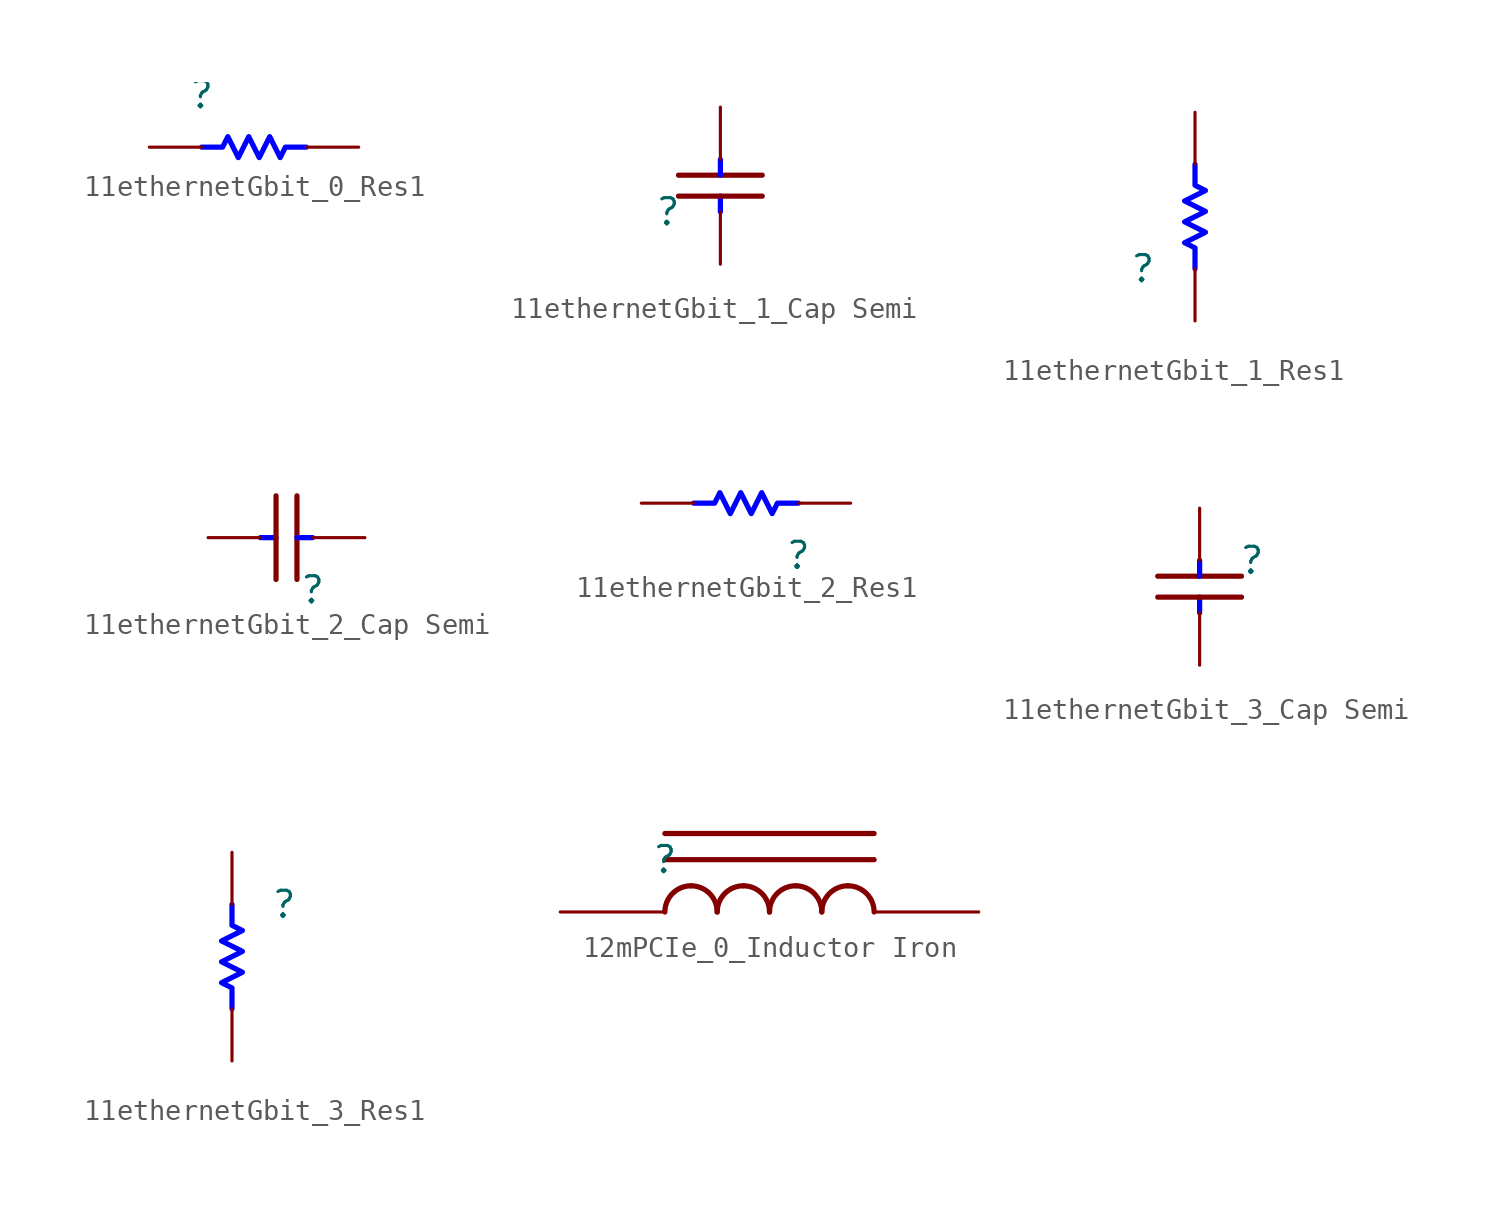
<source format=kicad_sym>
(kicad_symbol_lib
  (version 20220914)
  (generator kicad_symbol_editor)
  (symbol "11ethernetGbit_0_Res1"
    (property "Reference" ""
      (at 0 0 0)
      (effects (font (size 1.27 1.27))))
    (property "Value" ""
      (at 0 0 0)
      (effects (font (size 1.27 1.27))))
    (symbol "11ethernetGbit_0_Res1_1_0"
      (polyline (pts (xy 5.08 -2.54) (xy 4.064 -2.54) (xy 3.81 -3.048) (xy 3.302 -2.032) (xy 2.794 -3.048) (xy 2.286 -2.032) (xy 1.778 -3.048) (xy 1.27 -2.032) (xy 1.016 -2.54) (xy 0 -2.54)) (stroke (width 0.254) (type solid) (color 0 0 255 1)) (fill (type none)))
      (pin passive line (at -2.54 -2.54 0) (length 2.54) (name "1" (effects (font (size 0 0)))) (number "1" (effects (font (size 0 0)))))
      (pin passive line (at 7.62 -2.54 180) (length 2.54) (name "2" (effects (font (size 0 0)))) (number "2" (effects (font (size 0 0)))))))
  (symbol "11ethernetGbit_1_Cap Semi"
    (property "Reference" ""
      (at 0 0 0)
      (effects (font (size 1.27 1.27))))
    (property "Value" ""
      (at 0 0 0)
      (effects (font (size 1.27 1.27))))
    (symbol "11ethernetGbit_1_Cap Semi_1_0"
      (polyline (pts (xy 0.508 1.778) (xy 4.572 1.778)) (stroke (width 0.254) (type solid)) (fill (type none)))
      (polyline (pts (xy 2.54 0) (xy 2.54 0.762)) (stroke (width 0.254) (type solid) (color 0 0 255 1)) (fill (type none)))
      (polyline (pts (xy 2.54 2.54) (xy 2.54 1.778)) (stroke (width 0.254) (type solid) (color 0 0 255 1)) (fill (type none)))
      (polyline (pts (xy 4.572 0.762) (xy 0.508 0.762)) (stroke (width 0.254) (type solid)) (fill (type none)))
      (pin passive line (at 2.54 -2.54 90) (length 2.54) (name "1" (effects (font (size 0 0)))) (number "1" (effects (font (size 0 0)))))
      (pin passive line (at 2.54 5.08 270) (length 2.54) (name "2" (effects (font (size 0 0)))) (number "2" (effects (font (size 0 0)))))))
  (symbol "11ethernetGbit_1_Res1"
    (property "Reference" ""
      (at 0 0 0)
      (effects (font (size 1.27 1.27))))
    (property "Value" ""
      (at 0 0 0)
      (effects (font (size 1.27 1.27))))
    (symbol "11ethernetGbit_1_Res1_1_0"
      (polyline (pts (xy 2.54 5.08) (xy 2.54 4.064) (xy 3.048 3.81) (xy 2.032 3.302) (xy 3.048 2.794) (xy 2.032 2.286) (xy 3.048 1.778) (xy 2.032 1.27) (xy 2.54 1.016) (xy 2.54 0)) (stroke (width 0.254) (type solid) (color 0 0 255 1)) (fill (type none)))
      (pin passive line (at 2.54 -2.54 90) (length 2.54) (name "1" (effects (font (size 0 0)))) (number "1" (effects (font (size 0 0)))))
      (pin passive line (at 2.54 7.62 270) (length 2.54) (name "2" (effects (font (size 0 0)))) (number "2" (effects (font (size 0 0)))))))
  (symbol "11ethernetGbit_2_Cap Semi"
    (property "Reference" ""
      (at 0 0 0)
      (effects (font (size 1.27 1.27))))
    (property "Value" ""
      (at 0 0 0)
      (effects (font (size 1.27 1.27))))
    (symbol "11ethernetGbit_2_Cap Semi_1_0"
      (polyline (pts (xy -2.54 2.54) (xy -1.778 2.54)) (stroke (width 0.254) (type solid) (color 0 0 255 1)) (fill (type none)))
      (polyline (pts (xy -1.778 0.508) (xy -1.778 4.572)) (stroke (width 0.254) (type solid)) (fill (type none)))
      (polyline (pts (xy -0.762 4.572) (xy -0.762 0.508)) (stroke (width 0.254) (type solid)) (fill (type none)))
      (polyline (pts (xy 0 2.54) (xy -0.762 2.54)) (stroke (width 0.254) (type solid) (color 0 0 255 1)) (fill (type none)))
      (pin passive line (at 2.54 2.54 180) (length 2.54) (name "1" (effects (font (size 0 0)))) (number "1" (effects (font (size 0 0)))))
      (pin passive line (at -5.08 2.54 0) (length 2.54) (name "2" (effects (font (size 0 0)))) (number "2" (effects (font (size 0 0)))))))
  (symbol "11ethernetGbit_2_Res1"
    (property "Reference" ""
      (at 0 0 0)
      (effects (font (size 1.27 1.27))))
    (property "Value" ""
      (at 0 0 0)
      (effects (font (size 1.27 1.27))))
    (symbol "11ethernetGbit_2_Res1_1_0"
      (polyline (pts (xy -5.08 2.54) (xy -4.064 2.54) (xy -3.81 3.048) (xy -3.302 2.032) (xy -2.794 3.048) (xy -2.286 2.032) (xy -1.778 3.048) (xy -1.27 2.032) (xy -1.016 2.54) (xy 0 2.54)) (stroke (width 0.254) (type solid) (color 0 0 255 1)) (fill (type none)))
      (pin passive line (at 2.54 2.54 180) (length 2.54) (name "1" (effects (font (size 0 0)))) (number "1" (effects (font (size 0 0)))))
      (pin passive line (at -7.62 2.54 0) (length 2.54) (name "2" (effects (font (size 0 0)))) (number "2" (effects (font (size 0 0)))))))
  (symbol "11ethernetGbit_3_Cap Semi"
    (property "Reference" ""
      (at 0 0 0)
      (effects (font (size 1.27 1.27))))
    (property "Value" ""
      (at 0 0 0)
      (effects (font (size 1.27 1.27))))
    (symbol "11ethernetGbit_3_Cap Semi_1_0"
      (polyline (pts (xy -4.572 -0.762) (xy -0.508 -0.762)) (stroke (width 0.254) (type solid)) (fill (type none)))
      (polyline (pts (xy -2.54 -2.54) (xy -2.54 -1.778)) (stroke (width 0.254) (type solid) (color 0 0 255 1)) (fill (type none)))
      (polyline (pts (xy -2.54 0) (xy -2.54 -0.762)) (stroke (width 0.254) (type solid) (color 0 0 255 1)) (fill (type none)))
      (polyline (pts (xy -0.508 -1.778) (xy -4.572 -1.778)) (stroke (width 0.254) (type solid)) (fill (type none)))
      (pin passive line (at -2.54 2.54 270) (length 2.54) (name "1" (effects (font (size 0 0)))) (number "1" (effects (font (size 0 0)))))
      (pin passive line (at -2.54 -5.08 90) (length 2.54) (name "2" (effects (font (size 0 0)))) (number "2" (effects (font (size 0 0)))))))
  (symbol "11ethernetGbit_3_Res1"
    (property "Reference" ""
      (at 0 0 0)
      (effects (font (size 1.27 1.27))))
    (property "Value" ""
      (at 0 0 0)
      (effects (font (size 1.27 1.27))))
    (symbol "11ethernetGbit_3_Res1_1_0"
      (polyline (pts (xy -2.54 -5.08) (xy -2.54 -4.064) (xy -3.048 -3.81) (xy -2.032 -3.302) (xy -3.048 -2.794) (xy -2.032 -2.286) (xy -3.048 -1.778) (xy -2.032 -1.27) (xy -2.54 -1.016) (xy -2.54 0)) (stroke (width 0.254) (type solid) (color 0 0 255 1)) (fill (type none)))
      (pin passive line (at -2.54 2.54 270) (length 2.54) (name "1" (effects (font (size 0 0)))) (number "1" (effects (font (size 0 0)))))
      (pin passive line (at -2.54 -7.62 90) (length 2.54) (name "2" (effects (font (size 0 0)))) (number "2" (effects (font (size 0 0)))))))
  (symbol "12mPCIe_0_Inductor Iron"
    (property "Reference" ""
      (at 0 0 0)
      (effects (font (size 1.27 1.27))))
    (property "Value" ""
      (at 0 0 0)
      (effects (font (size 1.27 1.27))))
    (symbol "12mPCIe_0_Inductor Iron_1_0"
      (polyline (pts (xy 0 0) (xy 10.16 0)) (stroke (width 0.254) (type solid)) (fill (type none)))
      (polyline (pts (xy 10.16 1.27) (xy 0 1.27)) (stroke (width 0.254) (type solid)) (fill (type none)))
      (arc (start 1.27 -1.27) (mid 0.372 -1.642) (end 0 -2.54) (stroke (width 0.254) (type solid)) (fill (type none)))
      (arc (start 2.54 -2.54) (mid 2.168 -1.642) (end 1.27 -1.27) (stroke (width 0.254) (type solid)) (fill (type none)))
      (arc (start 3.81 -1.27) (mid 2.912 -1.642) (end 2.54 -2.54) (stroke (width 0.254) (type solid)) (fill (type none)))
      (arc (start 5.08 -2.54) (mid 4.708 -1.642) (end 3.81 -1.27) (stroke (width 0.254) (type solid)) (fill (type none)))
      (arc (start 6.35 -1.27) (mid 5.452 -1.642) (end 5.08 -2.54) (stroke (width 0.254) (type solid)) (fill (type none)))
      (arc (start 7.62 -2.54) (mid 7.248 -1.642) (end 6.35 -1.27) (stroke (width 0.254) (type solid)) (fill (type none)))
      (arc (start 8.89 -1.27) (mid 7.992 -1.642) (end 7.62 -2.54) (stroke (width 0.254) (type solid)) (fill (type none)))
      (arc (start 10.16 -2.54) (mid 9.788 -1.642) (end 8.89 -1.27) (stroke (width 0.254) (type solid)) (fill (type none)))
      (pin passive line (at -5.08 -2.54 0) (length 5.08) (name "1" (effects (font (size 0 0)))) (number "1" (effects (font (size 0 0)))))
      (pin passive line (at 15.24 -2.54 180) (length 5.08) (name "2" (effects (font (size 0 0)))) (number "2" (effects (font (size 0 0))))))))
</source>
